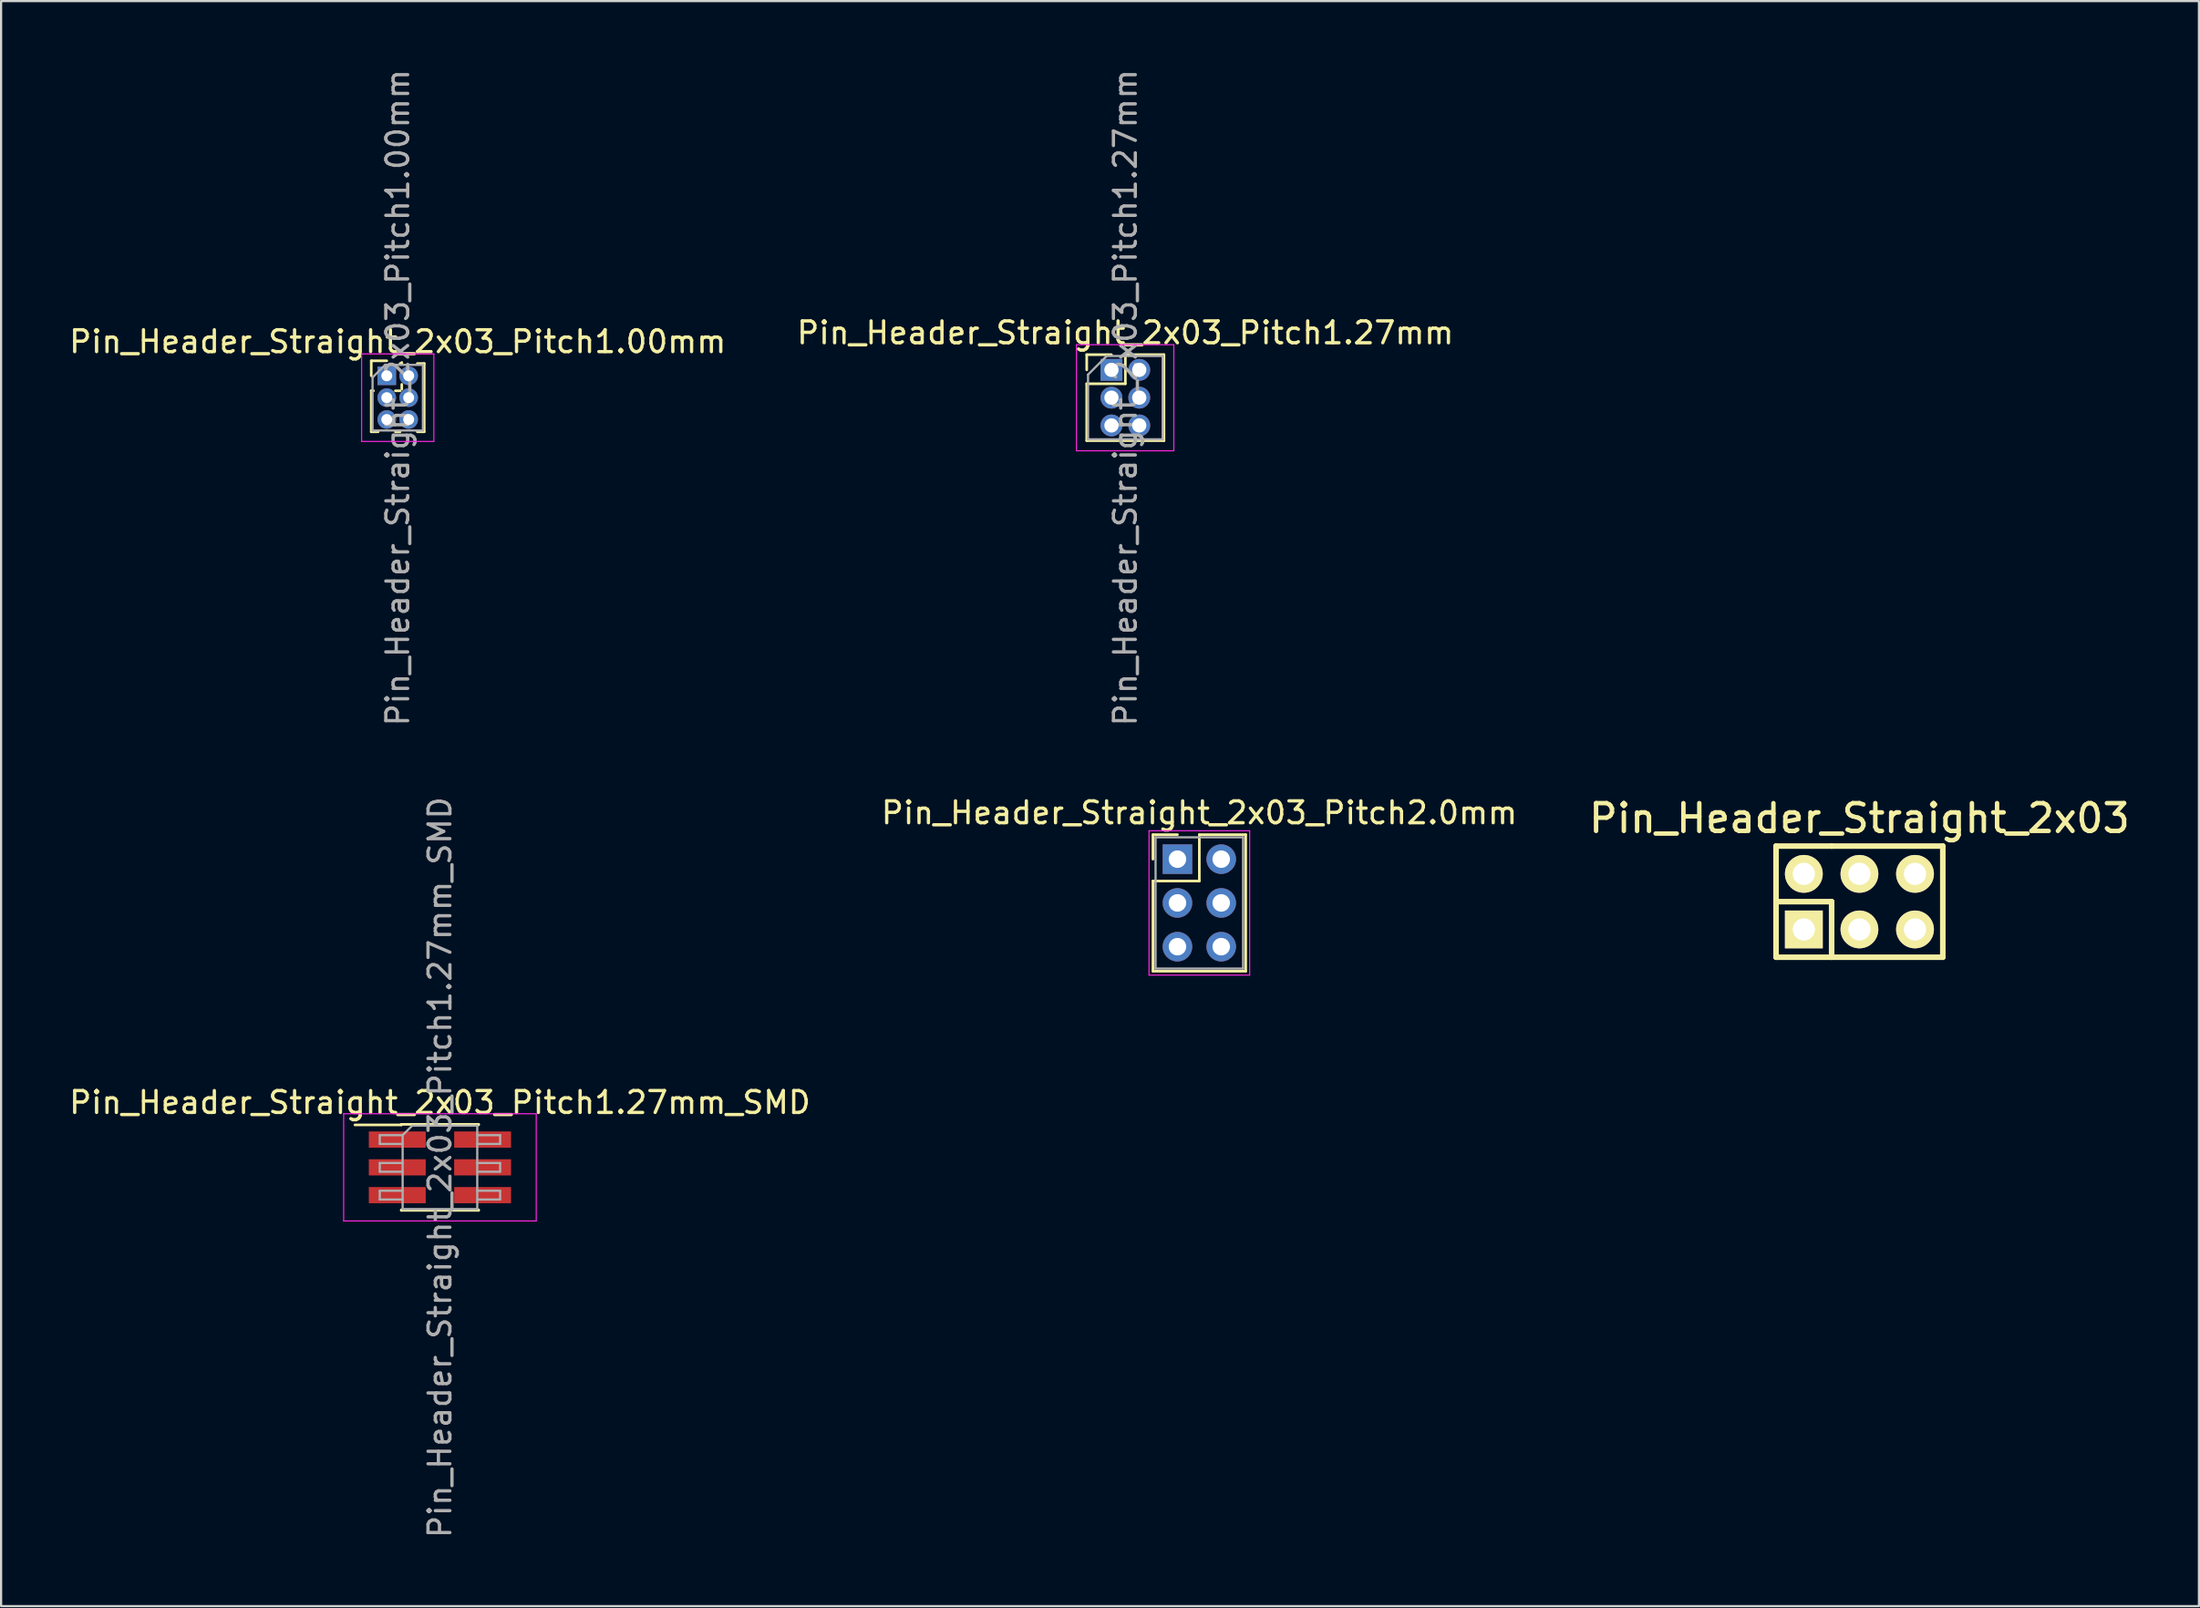
<source format=kicad_pcb>
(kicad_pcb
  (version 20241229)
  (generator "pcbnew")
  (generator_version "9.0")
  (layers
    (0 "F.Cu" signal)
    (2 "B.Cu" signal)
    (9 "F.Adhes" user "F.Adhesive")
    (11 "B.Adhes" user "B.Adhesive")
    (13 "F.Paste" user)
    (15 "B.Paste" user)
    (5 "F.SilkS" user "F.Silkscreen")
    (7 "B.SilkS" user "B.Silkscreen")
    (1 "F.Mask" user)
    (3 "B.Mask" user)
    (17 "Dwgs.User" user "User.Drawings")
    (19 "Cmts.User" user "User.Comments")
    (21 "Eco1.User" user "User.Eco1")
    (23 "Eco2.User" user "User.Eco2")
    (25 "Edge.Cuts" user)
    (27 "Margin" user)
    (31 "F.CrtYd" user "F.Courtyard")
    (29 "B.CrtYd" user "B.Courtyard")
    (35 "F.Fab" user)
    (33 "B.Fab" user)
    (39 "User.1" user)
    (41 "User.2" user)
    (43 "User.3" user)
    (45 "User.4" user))
  (footprint "Pin_Header_Straight_2x03"
    (layer "F.Cu")
    (at 81.92 38.16)
    (property "Reference" "Pin_Header_Straight_2x03" (at 0 -3.81 0) (layer "F.SilkS") (effects (font (size 1.27 1.27) (thickness 0.203))))
    (attr through_hole)
    (fp_line (start -3.81 -2.54) (end -3.81 0) (stroke (width 0.254) (type solid)) (layer "F.SilkS"))
    (fp_line (start -3.81 0) (end -1.27 0) (stroke (width 0.254) (type solid)) (layer "F.SilkS"))
    (fp_line (start -3.81 2.54) (end -3.81 0) (stroke (width 0.254) (type solid)) (layer "F.SilkS"))
    (fp_line (start -3.81 2.54) (end 3.81 2.54) (stroke (width 0.254) (type solid)) (layer "F.SilkS"))
    (fp_line (start -1.27 -2.54) (end -3.81 -2.54) (stroke (width 0.254) (type solid)) (layer "F.SilkS"))
    (fp_line (start -1.27 0) (end -1.27 2.54) (stroke (width 0.254) (type solid)) (layer "F.SilkS"))
    (fp_line (start 3.81 -2.54) (end -1.27 -2.54) (stroke (width 0.254) (type solid)) (layer "F.SilkS"))
    (fp_line (start 3.81 2.54) (end 3.81 -2.54) (stroke (width 0.254) (type solid)) (layer "F.SilkS"))
    (pad "1" thru_hole rect (at -2.54 1.27) (size 1.727 1.727) (drill 1.016) (layers "*.Cu" "*.Mask" "F.SilkS"))
    (pad "2" thru_hole oval (at 0 1.27) (size 1.727 1.727) (drill 1.016) (layers "*.Cu" "*.Mask" "F.SilkS"))
    (pad "3" thru_hole oval (at 2.54 1.27) (size 1.727 1.727) (drill 1.016) (layers "*.Cu" "*.Mask" "F.SilkS"))
    (pad "4" thru_hole oval (at 2.54 -1.27) (size 1.727 1.727) (drill 1.016) (layers "*.Cu" "*.Mask" "F.SilkS"))
    (pad "5" thru_hole oval (at 0 -1.27) (size 1.727 1.727) (drill 1.016) (layers "*.Cu" "*.Mask" "F.SilkS"))
    (pad "6" thru_hole oval (at -2.54 -1.27) (size 1.727 1.727) (drill 1.016) (layers "*.Cu" "*.Mask" "F.SilkS")))
  (footprint "Pin_Header_Straight_2x03_Pitch1.27mm_SMD"
    (layer "F.Cu")
    (at 17.054 50.304)
    (property "Reference" "Pin_Header_Straight_2x03_Pitch1.27mm_SMD" (at 0 -2.965 0) (layer "F.SilkS") (effects (font (size 1 1) (thickness 0.15))))
    (attr smd)
    (fp_line (start -3.885 -1.94) (end -1.765 -1.94) (stroke (width 0.12) (type solid)) (layer "F.SilkS"))
    (fp_line (start -1.765 -1.965) (end 1.765 -1.965) (stroke (width 0.12) (type solid)) (layer "F.SilkS"))
    (fp_line (start -1.765 -1.94) (end -1.765 -1.965) (stroke (width 0.12) (type solid)) (layer "F.SilkS"))
    (fp_line (start -1.765 1.94) (end -1.765 1.965) (stroke (width 0.12) (type solid)) (layer "F.SilkS"))
    (fp_line (start -1.765 1.965) (end 1.765 1.965) (stroke (width 0.12) (type solid)) (layer "F.SilkS"))
    (fp_line (start 1.765 -1.965) (end 1.765 -1.94) (stroke (width 0.12) (type solid)) (layer "F.SilkS"))
    (fp_line (start 1.765 1.965) (end 1.765 1.94) (stroke (width 0.12) (type solid)) (layer "F.SilkS"))
    (fp_line (start -4.4 -2.45) (end -4.4 2.45) (stroke (width 0.05) (type solid)) (layer "F.CrtYd"))
    (fp_line (start -4.4 2.45) (end 4.4 2.45) (stroke (width 0.05) (type solid)) (layer "F.CrtYd"))
    (fp_line (start 4.4 -2.45) (end -4.4 -2.45) (stroke (width 0.05) (type solid)) (layer "F.CrtYd"))
    (fp_line (start 4.4 2.45) (end 4.4 -2.45) (stroke (width 0.05) (type solid)) (layer "F.CrtYd"))
    (fp_line (start -2.75 -1.47) (end -2.75 -1.07) (stroke (width 0.1) (type solid)) (layer "F.Fab"))
    (fp_line (start -2.75 -1.07) (end -1.705 -1.07) (stroke (width 0.1) (type solid)) (layer "F.Fab"))
    (fp_line (start -2.75 -0.2) (end -2.75 0.2) (stroke (width 0.1) (type solid)) (layer "F.Fab"))
    (fp_line (start -2.75 0.2) (end -1.705 0.2) (stroke (width 0.1) (type solid)) (layer "F.Fab"))
    (fp_line (start -2.75 1.07) (end -2.75 1.47) (stroke (width 0.1) (type solid)) (layer "F.Fab"))
    (fp_line (start -2.75 1.47) (end -1.705 1.47) (stroke (width 0.1) (type solid)) (layer "F.Fab"))
    (fp_line (start -1.705 -1.47) (end -2.75 -1.47) (stroke (width 0.1) (type solid)) (layer "F.Fab"))
    (fp_line (start -1.705 -1.47) (end -1.27 -1.905) (stroke (width 0.1) (type solid)) (layer "F.Fab"))
    (fp_line (start -1.705 -0.2) (end -2.75 -0.2) (stroke (width 0.1) (type solid)) (layer "F.Fab"))
    (fp_line (start -1.705 1.07) (end -2.75 1.07) (stroke (width 0.1) (type solid)) (layer "F.Fab"))
    (fp_line (start -1.705 1.905) (end -1.705 -1.47) (stroke (width 0.1) (type solid)) (layer "F.Fab"))
    (fp_line (start -1.27 -1.905) (end 1.705 -1.905) (stroke (width 0.1) (type solid)) (layer "F.Fab"))
    (fp_line (start 1.705 -1.905) (end 1.705 1.905) (stroke (width 0.1) (type solid)) (layer "F.Fab"))
    (fp_line (start 1.705 -1.47) (end 2.75 -1.47) (stroke (width 0.1) (type solid)) (layer "F.Fab"))
    (fp_line (start 1.705 -0.2) (end 2.75 -0.2) (stroke (width 0.1) (type solid)) (layer "F.Fab"))
    (fp_line (start 1.705 1.07) (end 2.75 1.07) (stroke (width 0.1) (type solid)) (layer "F.Fab"))
    (fp_line (start 1.705 1.905) (end -1.705 1.905) (stroke (width 0.1) (type solid)) (layer "F.Fab"))
    (fp_line (start 2.75 -1.47) (end 2.75 -1.07) (stroke (width 0.1) (type solid)) (layer "F.Fab"))
    (fp_line (start 2.75 -1.07) (end 1.705 -1.07) (stroke (width 0.1) (type solid)) (layer "F.Fab"))
    (fp_line (start 2.75 -0.2) (end 2.75 0.2) (stroke (width 0.1) (type solid)) (layer "F.Fab"))
    (fp_line (start 2.75 0.2) (end 1.705 0.2) (stroke (width 0.1) (type solid)) (layer "F.Fab"))
    (fp_line (start 2.75 1.07) (end 2.75 1.47) (stroke (width 0.1) (type solid)) (layer "F.Fab"))
    (fp_line (start 2.75 1.47) (end 1.705 1.47) (stroke (width 0.1) (type solid)) (layer "F.Fab"))
    (fp_text user "${REFERENCE}" (at 0 0 90) (layer "F.Fab") (effects (font (size 1 1) (thickness 0.15))))
    (pad "1" smd rect (at -1.95 -1.27) (size 2.6 0.74) (layers "F.Cu" "F.Mask" "F.Paste"))
    (pad "2" smd rect (at 1.95 -1.27) (size 2.6 0.74) (layers "F.Cu" "F.Mask" "F.Paste"))
    (pad "3" smd rect (at -1.95 0) (size 2.6 0.74) (layers "F.Cu" "F.Mask" "F.Paste"))
    (pad "4" smd rect (at 1.95 0) (size 2.6 0.74) (layers "F.Cu" "F.Mask" "F.Paste"))
    (pad "5" smd rect (at -1.95 1.27) (size 2.6 0.74) (layers "F.Cu" "F.Mask" "F.Paste"))
    (pad "6" smd rect (at 1.95 1.27) (size 2.6 0.74) (layers "F.Cu" "F.Mask" "F.Paste")))
  (footprint "Pin_Header_Straight_2x03_Pitch1.27mm"
    (layer "F.Cu")
    (at 47.74 13.855)
    (property "Reference" "Pin_Header_Straight_2x03_Pitch1.27mm" (at 0.635 -1.695 0) (layer "F.SilkS") (effects (font (size 1 1) (thickness 0.15))))
    (attr through_hole)
    (fp_line (start -1.13 -0.695) (end 0 -0.695) (stroke (width 0.12) (type solid)) (layer "F.SilkS"))
    (fp_line (start -1.13 0) (end -1.13 -0.695) (stroke (width 0.12) (type solid)) (layer "F.SilkS"))
    (fp_line (start -1.13 0.635) (end -1.13 3.235) (stroke (width 0.12) (type solid)) (layer "F.SilkS"))
    (fp_line (start -1.13 3.235) (end 2.4 3.235) (stroke (width 0.12) (type solid)) (layer "F.SilkS"))
    (fp_line (start 0.635 -0.695) (end 0.635 0.635) (stroke (width 0.12) (type solid)) (layer "F.SilkS"))
    (fp_line (start 0.635 0.635) (end -1.13 0.635) (stroke (width 0.12) (type solid)) (layer "F.SilkS"))
    (fp_line (start 2.4 -0.695) (end 0.635 -0.695) (stroke (width 0.12) (type solid)) (layer "F.SilkS"))
    (fp_line (start 2.4 3.235) (end 2.4 -0.695) (stroke (width 0.12) (type solid)) (layer "F.SilkS"))
    (fp_line (start -1.6 -1.15) (end -1.6 3.7) (stroke (width 0.05) (type solid)) (layer "F.CrtYd"))
    (fp_line (start -1.6 3.7) (end 2.85 3.7) (stroke (width 0.05) (type solid)) (layer "F.CrtYd"))
    (fp_line (start 2.85 -1.15) (end -1.6 -1.15) (stroke (width 0.05) (type solid)) (layer "F.CrtYd"))
    (fp_line (start 2.85 3.7) (end 2.85 -1.15) (stroke (width 0.05) (type solid)) (layer "F.CrtYd"))
    (fp_line (start -1.07 0.217) (end -0.217 -0.635) (stroke (width 0.1) (type solid)) (layer "F.Fab"))
    (fp_line (start -1.07 3.175) (end -1.07 0.217) (stroke (width 0.1) (type solid)) (layer "F.Fab"))
    (fp_line (start -0.217 -0.635) (end 2.34 -0.635) (stroke (width 0.1) (type solid)) (layer "F.Fab"))
    (fp_line (start 2.34 -0.635) (end 2.34 3.175) (stroke (width 0.1) (type solid)) (layer "F.Fab"))
    (fp_line (start 2.34 3.175) (end -1.07 3.175) (stroke (width 0.1) (type solid)) (layer "F.Fab"))
    (fp_text user "${REFERENCE}" (at 0.635 1.27 90) (layer "F.Fab") (effects (font (size 1 1) (thickness 0.15))))
    (pad "1" thru_hole rect (at 0 0) (size 1 1) (drill 0.65) (layers "*.Cu" "*.Mask"))
    (pad "2" thru_hole oval (at 1.27 0) (size 1 1) (drill 0.65) (layers "*.Cu" "*.Mask"))
    (pad "3" thru_hole oval (at 0 1.27) (size 1 1) (drill 0.65) (layers "*.Cu" "*.Mask"))
    (pad "4" thru_hole oval (at 1.27 1.27) (size 1 1) (drill 0.65) (layers "*.Cu" "*.Mask"))
    (pad "5" thru_hole oval (at 0 2.54) (size 1 1) (drill 0.65) (layers "*.Cu" "*.Mask"))
    (pad "6" thru_hole oval (at 1.27 2.54) (size 1 1) (drill 0.65) (layers "*.Cu" "*.Mask")))
  (footprint "Pin_Header_Straight_2x03_Pitch1.00mm"
    (layer "F.Cu")
    (at 14.625 14.125)
    (property "Reference" "Pin_Header_Straight_2x03_Pitch1.00mm" (at 0.5 -1.56 0) (layer "F.SilkS") (effects (font (size 1 1) (thickness 0.15))))
    (attr through_hole)
    (fp_line (start -0.71 -0.685) (end 0 -0.685) (stroke (width 0.12) (type solid)) (layer "F.SilkS"))
    (fp_line (start -0.71 0) (end -0.71 -0.685) (stroke (width 0.12) (type solid)) (layer "F.SilkS"))
    (fp_line (start -0.71 0.685) (end -0.71 2.56) (stroke (width 0.12) (type solid)) (layer "F.SilkS"))
    (fp_line (start -0.71 0.685) (end -0.608 0.685) (stroke (width 0.12) (type solid)) (layer "F.SilkS"))
    (fp_line (start -0.71 2.56) (end -0.394 2.56) (stroke (width 0.12) (type solid)) (layer "F.SilkS"))
    (fp_line (start 0.394 2.56) (end 0.606 2.56) (stroke (width 0.12) (type solid)) (layer "F.SilkS"))
    (fp_line (start 0.608 0.685) (end 0.392 0.685) (stroke (width 0.12) (type solid)) (layer "F.SilkS"))
    (fp_line (start 0.685 -0.608) (end 0.685 -0.56) (stroke (width 0.12) (type solid)) (layer "F.SilkS"))
    (fp_line (start 0.685 -0.56) (end 0.606 -0.56) (stroke (width 0.12) (type solid)) (layer "F.SilkS"))
    (fp_line (start 0.685 0.392) (end 0.685 0.608) (stroke (width 0.12) (type solid)) (layer "F.SilkS"))
    (fp_line (start 1.394 -0.56) (end 1.71 -0.56) (stroke (width 0.12) (type solid)) (layer "F.SilkS"))
    (fp_line (start 1.394 2.56) (end 1.71 2.56) (stroke (width 0.12) (type solid)) (layer "F.SilkS"))
    (fp_line (start 1.71 -0.56) (end 1.71 2.56) (stroke (width 0.12) (type solid)) (layer "F.SilkS"))
    (fp_line (start -1.15 -1) (end -1.15 3) (stroke (width 0.05) (type solid)) (layer "F.CrtYd"))
    (fp_line (start -1.15 3) (end 2.15 3) (stroke (width 0.05) (type solid)) (layer "F.CrtYd"))
    (fp_line (start 2.15 -1) (end -1.15 -1) (stroke (width 0.05) (type solid)) (layer "F.CrtYd"))
    (fp_line (start 2.15 3) (end 2.15 -1) (stroke (width 0.05) (type solid)) (layer "F.CrtYd"))
    (fp_line (start -0.65 0.075) (end -0.075 -0.5) (stroke (width 0.1) (type solid)) (layer "F.Fab"))
    (fp_line (start -0.65 2.5) (end -0.65 0.075) (stroke (width 0.1) (type solid)) (layer "F.Fab"))
    (fp_line (start -0.075 -0.5) (end 1.65 -0.5) (stroke (width 0.1) (type solid)) (layer "F.Fab"))
    (fp_line (start 1.65 -0.5) (end 1.65 2.5) (stroke (width 0.1) (type solid)) (layer "F.Fab"))
    (fp_line (start 1.65 2.5) (end -0.65 2.5) (stroke (width 0.1) (type solid)) (layer "F.Fab"))
    (fp_text user "${REFERENCE}" (at 0.5 1 90) (layer "F.Fab") (effects (font (size 1 1) (thickness 0.15))))
    (pad "1" thru_hole rect (at 0 0) (size 0.85 0.85) (drill 0.5) (layers "*.Cu" "*.Mask"))
    (pad "2" thru_hole oval (at 1 0) (size 0.85 0.85) (drill 0.5) (layers "*.Cu" "*.Mask"))
    (pad "3" thru_hole oval (at 0 1) (size 0.85 0.85) (drill 0.5) (layers "*.Cu" "*.Mask"))
    (pad "4" thru_hole oval (at 1 1) (size 0.85 0.85) (drill 0.5) (layers "*.Cu" "*.Mask"))
    (pad "5" thru_hole oval (at 0 2) (size 0.85 0.85) (drill 0.5) (layers "*.Cu" "*.Mask"))
    (pad "6" thru_hole oval (at 1 2) (size 0.85 0.85) (drill 0.5) (layers "*.Cu" "*.Mask")))
  (footprint "Pin_Header_Straight_2x03_Pitch2.0mm"
    (layer "F.Cu")
    (at 50.756 36.218)
    (property "Reference" "Pin_Header_Straight_2x03_Pitch2.0mm" (at 1 -2.12 0) (layer "F.SilkS") (effects (font (size 1 1) (thickness 0.15))))
    (attr through_hole)
    (fp_line (start -1.12 -1.12) (end 0 -1.12) (stroke (width 0.12) (type solid)) (layer "F.SilkS"))
    (fp_line (start -1.12 0) (end -1.12 -1.12) (stroke (width 0.12) (type solid)) (layer "F.SilkS"))
    (fp_line (start -1.12 1) (end -1.12 5.12) (stroke (width 0.12) (type solid)) (layer "F.SilkS"))
    (fp_line (start -1.12 5.12) (end 3.12 5.12) (stroke (width 0.12) (type solid)) (layer "F.SilkS"))
    (fp_line (start 1 -1.12) (end 1 1) (stroke (width 0.12) (type solid)) (layer "F.SilkS"))
    (fp_line (start 1 1) (end -1.12 1) (stroke (width 0.12) (type solid)) (layer "F.SilkS"))
    (fp_line (start 3.12 -1.12) (end 1 -1.12) (stroke (width 0.12) (type solid)) (layer "F.SilkS"))
    (fp_line (start 3.12 5.12) (end 3.12 -1.12) (stroke (width 0.12) (type solid)) (layer "F.SilkS"))
    (fp_line (start -1.3 -1.3) (end -1.3 5.3) (stroke (width 0.05) (type solid)) (layer "F.CrtYd"))
    (fp_line (start -1.3 5.3) (end 3.3 5.3) (stroke (width 0.05) (type solid)) (layer "F.CrtYd"))
    (fp_line (start 3.3 -1.3) (end -1.3 -1.3) (stroke (width 0.05) (type solid)) (layer "F.CrtYd"))
    (fp_line (start 3.3 5.3) (end 3.3 -1.3) (stroke (width 0.05) (type solid)) (layer "F.CrtYd"))
    (fp_line (start -1 -1) (end -1 5) (stroke (width 0.1) (type solid)) (layer "F.Fab"))
    (fp_line (start -1 5) (end 3 5) (stroke (width 0.1) (type solid)) (layer "F.Fab"))
    (fp_line (start 3 -1) (end -1 -1) (stroke (width 0.1) (type solid)) (layer "F.Fab"))
    (fp_line (start 3 5) (end 3 -1) (stroke (width 0.1) (type solid)) (layer "F.Fab"))
    (pad "1" thru_hole rect (at 0 0) (size 1.35 1.35) (drill 0.8) (layers "*.Cu" "*.Mask"))
    (pad "2" thru_hole oval (at 2 0) (size 1.35 1.35) (drill 0.8) (layers "*.Cu" "*.Mask"))
    (pad "3" thru_hole oval (at 0 2) (size 1.35 1.35) (drill 0.8) (layers "*.Cu" "*.Mask"))
    (pad "4" thru_hole oval (at 2 2) (size 1.35 1.35) (drill 0.8) (layers "*.Cu" "*.Mask"))
    (pad "5" thru_hole oval (at 0 4) (size 1.35 1.35) (drill 0.8) (layers "*.Cu" "*.Mask"))
    (pad "6" thru_hole oval (at 2 4) (size 1.35 1.35) (drill 0.8) (layers "*.Cu" "*.Mask")))
  (gr_rect
    (start -3 -3)
    (end 97.435 70.357)
    (stroke (width 0.1) (type default))
    (fill no)
    (layer "Edge.Cuts")))
</source>
